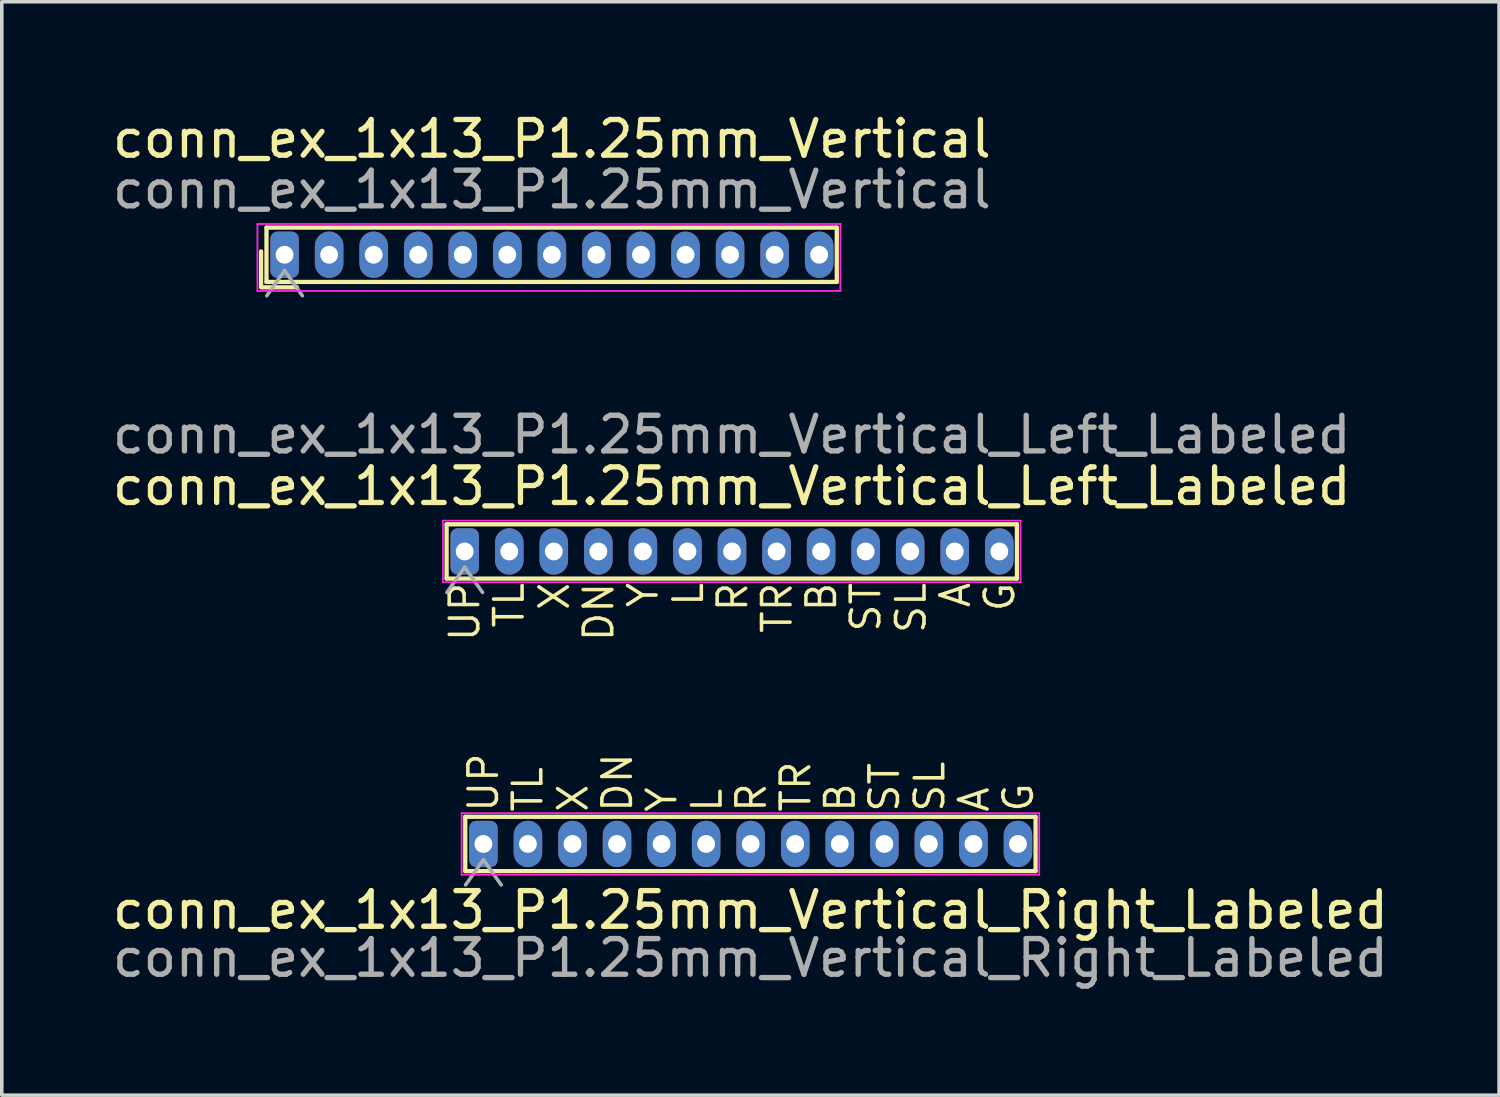
<source format=kicad_pcb>
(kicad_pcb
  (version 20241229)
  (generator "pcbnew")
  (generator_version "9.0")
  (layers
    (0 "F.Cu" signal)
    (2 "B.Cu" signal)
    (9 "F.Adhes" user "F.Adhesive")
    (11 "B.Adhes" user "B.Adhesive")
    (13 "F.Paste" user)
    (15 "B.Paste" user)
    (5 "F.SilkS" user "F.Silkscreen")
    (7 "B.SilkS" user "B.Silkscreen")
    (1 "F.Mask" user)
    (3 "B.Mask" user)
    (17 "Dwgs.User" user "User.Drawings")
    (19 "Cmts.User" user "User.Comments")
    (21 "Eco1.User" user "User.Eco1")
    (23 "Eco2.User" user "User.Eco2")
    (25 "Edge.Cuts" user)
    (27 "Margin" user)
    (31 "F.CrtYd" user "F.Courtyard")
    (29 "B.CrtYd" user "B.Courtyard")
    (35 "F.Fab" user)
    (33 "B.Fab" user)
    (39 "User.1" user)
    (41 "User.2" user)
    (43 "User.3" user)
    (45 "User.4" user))
  (footprint "conn_ex_1x13_P1.25mm_Vertical"
    (layer "F.Cu")
    (at 4.935 4.098)
    (property "Reference" "conn_ex_1x13_P1.25mm_Vertical" (at 7.5 -3.25 0) (layer "F.SilkS") (effects (font (size 1 1) (thickness 0.15))))
    (attr through_hole)
    (fp_line (start -0.66 0.906) (end -0.66 -0.094) (stroke (width 0.12) (type solid)) (layer "F.SilkS"))
    (fp_line (start -0.652 0.914) (end 0.348 0.914) (stroke (width 0.12) (type solid)) (layer "F.SilkS"))
    (fp_line (start -0.508 -0.762) (end 15.494 -0.762) (stroke (width 0.12) (type solid)) (layer "F.SilkS"))
    (fp_line (start -0.508 0.762) (end -0.508 -0.762) (stroke (width 0.12) (type solid)) (layer "F.SilkS"))
    (fp_line (start 15.494 0.762) (end -0.508 0.762) (stroke (width 0.12) (type solid)) (layer "F.SilkS"))
    (fp_line (start 15.494 0.762) (end 15.494 -0.762) (stroke (width 0.12) (type solid)) (layer "F.SilkS"))
    (fp_line (start -0.762 -0.864) (end -0.762 1.016) (stroke (width 0.05) (type solid)) (layer "F.CrtYd"))
    (fp_line (start -0.762 1.016) (end 15.596 1.016) (stroke (width 0.05) (type solid)) (layer "F.CrtYd"))
    (fp_line (start 15.596 -0.864) (end -0.762 -0.864) (stroke (width 0.05) (type solid)) (layer "F.CrtYd"))
    (fp_line (start 15.596 1.016) (end 15.596 -0.864) (stroke (width 0.05) (type solid)) (layer "F.CrtYd"))
    (fp_line (start -0.5 1.15) (end 0 0.443) (stroke (width 0.1) (type solid)) (layer "F.Fab"))
    (fp_line (start 0 0.443) (end 0.5 1.15) (stroke (width 0.1) (type solid)) (layer "F.Fab"))
    (fp_text user "${REFERENCE}" (at 7.5 -1.829 0) (layer "F.Fab") (effects (font (size 1 1) (thickness 0.15))))
    (pad "1" thru_hole roundrect (at 0 0) (size 0.8 1.3) (drill 0.5) (layers "*.Cu" "*.Mask") (roundrect_rratio 0.25))
    (pad "2" thru_hole oval (at 1.25 0) (size 0.8 1.3) (drill 0.5) (layers "*.Cu" "*.Mask"))
    (pad "3" thru_hole oval (at 2.5 0) (size 0.8 1.3) (drill 0.5) (layers "*.Cu" "*.Mask"))
    (pad "4" thru_hole oval (at 3.75 0) (size 0.8 1.3) (drill 0.5) (layers "*.Cu" "*.Mask"))
    (pad "5" thru_hole oval (at 5 0) (size 0.8 1.3) (drill 0.5) (layers "*.Cu" "*.Mask"))
    (pad "6" thru_hole oval (at 6.25 0) (size 0.8 1.3) (drill 0.5) (layers "*.Cu" "*.Mask"))
    (pad "7" thru_hole oval (at 7.5 0) (size 0.8 1.3) (drill 0.5) (layers "*.Cu" "*.Mask"))
    (pad "8" thru_hole oval (at 8.75 0) (size 0.8 1.3) (drill 0.5) (layers "*.Cu" "*.Mask"))
    (pad "9" thru_hole oval (at 10 0) (size 0.8 1.3) (drill 0.5) (layers "*.Cu" "*.Mask"))
    (pad "10" thru_hole oval (at 11.25 0) (size 0.8 1.3) (drill 0.5) (layers "*.Cu" "*.Mask"))
    (pad "11" thru_hole oval (at 12.5 0) (size 0.8 1.3) (drill 0.5) (layers "*.Cu" "*.Mask"))
    (pad "12" thru_hole oval (at 13.75 0) (size 0.8 1.3) (drill 0.5) (layers "*.Cu" "*.Mask"))
    (pad "13" thru_hole oval (at 15 0) (size 0.8 1.3) (drill 0.5) (layers "*.Cu" "*.Mask")))
  (footprint "conn_ex_1x13_P1.25mm_Vertical_Right_Labeled"
    (layer "F.Cu")
    (at 10.513 20.63)
    (property "Reference" "conn_ex_1x13_P1.25mm_Vertical_Right_Labeled" (at 7.493 1.854 0) (layer "F.SilkS") (effects (font (size 1 1) (thickness 0.15))))
    (attr through_hole)
    (fp_line (start -0.508 -0.762) (end 15.494 -0.762) (stroke (width 0.12) (type solid)) (layer "F.SilkS"))
    (fp_line (start -0.508 0.762) (end -0.508 -0.762) (stroke (width 0.12) (type solid)) (layer "F.SilkS"))
    (fp_line (start 15.494 0.762) (end -0.508 0.762) (stroke (width 0.12) (type solid)) (layer "F.SilkS"))
    (fp_line (start 15.494 0.762) (end 15.494 -0.762) (stroke (width 0.12) (type solid)) (layer "F.SilkS"))
    (fp_line (start -0.61 -0.864) (end -0.61 0.864) (stroke (width 0.05) (type solid)) (layer "F.CrtYd"))
    (fp_line (start -0.61 0.864) (end 15.596 0.864) (stroke (width 0.05) (type solid)) (layer "F.CrtYd"))
    (fp_line (start 15.596 -0.864) (end -0.61 -0.864) (stroke (width 0.05) (type solid)) (layer "F.CrtYd"))
    (fp_line (start 15.596 0.864) (end 15.596 -0.864) (stroke (width 0.05) (type solid)) (layer "F.CrtYd"))
    (fp_line (start -0.5 1.15) (end 0 0.443) (stroke (width 0.1) (type solid)) (layer "F.Fab"))
    (fp_line (start 0 0.443) (end 0.5 1.15) (stroke (width 0.1) (type solid)) (layer "F.Fab"))
    (fp_text user "G" (at 15.011 -0.838 90) (unlocked yes) (layer "F.SilkS") (effects (font (size 0.8 0.8) (thickness 0.1)) (justify left)))
    (fp_text user "SL" (at 12.522 -0.838 90) (unlocked yes) (layer "F.SilkS") (effects (font (size 0.8 0.8) (thickness 0.1)) (justify left)))
    (fp_text user "ST" (at 11.252 -0.838 90) (unlocked yes) (layer "F.SilkS") (effects (font (size 0.8 0.8) (thickness 0.1)) (justify left)))
    (fp_text user "TL" (at 1.245 -0.838 90) (unlocked yes) (layer "F.SilkS") (effects (font (size 0.8 0.8) (thickness 0.1)) (justify left)))
    (fp_text user "R" (at 7.518 -0.838 90) (unlocked yes) (layer "F.SilkS") (effects (font (size 0.8 0.8) (thickness 0.1)) (justify left)))
    (fp_text user "L" (at 6.274 -0.838 90) (unlocked yes) (layer "F.SilkS") (effects (font (size 0.8 0.8) (thickness 0.1)) (justify left)))
    (fp_text user "TR" (at 8.763 -0.838 90) (unlocked yes) (layer "F.SilkS") (effects (font (size 0.8 0.8) (thickness 0.1)) (justify left)))
    (fp_text user "A" (at 13.767 -0.838 90) (unlocked yes) (layer "F.SilkS") (effects (font (size 0.8 0.8) (thickness 0.1)) (justify left)))
    (fp_text user "UP" (at 0 -0.838 90) (unlocked yes) (layer "F.SilkS") (effects (font (size 0.8 0.8) (thickness 0.1)) (justify left)))
    (fp_text user "Y" (at 5.004 -0.838 90) (unlocked yes) (layer "F.SilkS") (effects (font (size 0.8 0.8) (thickness 0.1)) (justify left)))
    (fp_text user "B" (at 10.008 -0.838 90) (unlocked yes) (layer "F.SilkS") (effects (font (size 0.8 0.8) (thickness 0.1)) (justify left)))
    (fp_text user "DN" (at 3.759 -0.838 90) (unlocked yes) (layer "F.SilkS") (effects (font (size 0.8 0.8) (thickness 0.1)) (justify left)))
    (fp_text user "X" (at 2.515 -0.838 90) (unlocked yes) (layer "F.SilkS") (effects (font (size 0.8 0.8) (thickness 0.1)) (justify left)))
    (fp_text user "${REFERENCE}" (at 7.493 3.2 0) (layer "F.Fab") (effects (font (size 1 1) (thickness 0.15))))
    (pad "1" thru_hole roundrect (at 0 0) (size 0.8 1.3) (drill 0.5) (layers "*.Cu" "*.Mask") (roundrect_rratio 0.25))
    (pad "2" thru_hole oval (at 1.25 0) (size 0.8 1.3) (drill 0.5) (layers "*.Cu" "*.Mask"))
    (pad "3" thru_hole oval (at 2.5 0) (size 0.8 1.3) (drill 0.5) (layers "*.Cu" "*.Mask"))
    (pad "4" thru_hole oval (at 3.75 0) (size 0.8 1.3) (drill 0.5) (layers "*.Cu" "*.Mask"))
    (pad "5" thru_hole oval (at 5 0) (size 0.8 1.3) (drill 0.5) (layers "*.Cu" "*.Mask"))
    (pad "6" thru_hole oval (at 6.25 0) (size 0.8 1.3) (drill 0.5) (layers "*.Cu" "*.Mask"))
    (pad "7" thru_hole oval (at 7.5 0) (size 0.8 1.3) (drill 0.5) (layers "*.Cu" "*.Mask"))
    (pad "8" thru_hole oval (at 8.75 0) (size 0.8 1.3) (drill 0.5) (layers "*.Cu" "*.Mask"))
    (pad "9" thru_hole oval (at 10 0) (size 0.8 1.3) (drill 0.5) (layers "*.Cu" "*.Mask"))
    (pad "10" thru_hole oval (at 11.25 0) (size 0.8 1.3) (drill 0.5) (layers "*.Cu" "*.Mask"))
    (pad "11" thru_hole oval (at 12.5 0) (size 0.8 1.3) (drill 0.5) (layers "*.Cu" "*.Mask"))
    (pad "12" thru_hole oval (at 13.75 0) (size 0.8 1.3) (drill 0.5) (layers "*.Cu" "*.Mask"))
    (pad "13" thru_hole oval (at 15 0) (size 0.8 1.3) (drill 0.5) (layers "*.Cu" "*.Mask")))
  (footprint "conn_ex_1x13_P1.25mm_Vertical_Left_Labeled"
    (layer "F.Cu")
    (at 9.989 12.423)
    (property "Reference" "conn_ex_1x13_P1.25mm_Vertical_Left_Labeled" (at 7.493 -1.829 0) (layer "F.SilkS") (effects (font (size 1 1) (thickness 0.15))))
    (attr through_hole)
    (fp_line (start -0.508 -0.762) (end 15.494 -0.762) (stroke (width 0.12) (type solid)) (layer "F.SilkS"))
    (fp_line (start -0.508 0.762) (end -0.508 -0.762) (stroke (width 0.12) (type solid)) (layer "F.SilkS"))
    (fp_line (start 15.494 0.762) (end -0.508 0.762) (stroke (width 0.12) (type solid)) (layer "F.SilkS"))
    (fp_line (start 15.494 0.762) (end 15.494 -0.762) (stroke (width 0.12) (type solid)) (layer "F.SilkS"))
    (fp_line (start -0.61 -0.864) (end -0.61 0.864) (stroke (width 0.05) (type solid)) (layer "F.CrtYd"))
    (fp_line (start -0.61 0.864) (end 15.596 0.864) (stroke (width 0.05) (type solid)) (layer "F.CrtYd"))
    (fp_line (start 15.596 -0.864) (end -0.61 -0.864) (stroke (width 0.05) (type solid)) (layer "F.CrtYd"))
    (fp_line (start 15.596 0.864) (end 15.596 -0.864) (stroke (width 0.05) (type solid)) (layer "F.CrtYd"))
    (fp_line (start -0.5 1.15) (end 0 0.443) (stroke (width 0.1) (type solid)) (layer "F.Fab"))
    (fp_line (start 0 0.443) (end 0.5 1.15) (stroke (width 0.1) (type solid)) (layer "F.Fab"))
    (fp_text user "UP" (at 0 0.813 90) (unlocked yes) (layer "F.SilkS") (effects (font (size 0.8 0.8) (thickness 0.1)) (justify right)))
    (fp_text user "TR" (at 8.763 0.813 90) (unlocked yes) (layer "F.SilkS") (effects (font (size 0.8 0.8) (thickness 0.1)) (justify right)))
    (fp_text user "G" (at 15.011 0.813 90) (unlocked yes) (layer "F.SilkS") (effects (font (size 0.8 0.8) (thickness 0.1)) (justify right)))
    (fp_text user "A" (at 13.767 0.813 90) (unlocked yes) (layer "F.SilkS") (effects (font (size 0.8 0.8) (thickness 0.1)) (justify right)))
    (fp_text user "TL" (at 1.245 0.813 90) (unlocked yes) (layer "F.SilkS") (effects (font (size 0.8 0.8) (thickness 0.1)) (justify right)))
    (fp_text user "SL" (at 12.522 0.813 90) (unlocked yes) (layer "F.SilkS") (effects (font (size 0.8 0.8) (thickness 0.1)) (justify right)))
    (fp_text user "DN" (at 3.759 0.813 90) (unlocked yes) (layer "F.SilkS") (effects (font (size 0.8 0.8) (thickness 0.1)) (justify right)))
    (fp_text user "R" (at 7.518 0.813 90) (unlocked yes) (layer "F.SilkS") (effects (font (size 0.8 0.8) (thickness 0.1)) (justify right)))
    (fp_text user "L" (at 6.274 0.813 90) (unlocked yes) (layer "F.SilkS") (effects (font (size 0.8 0.8) (thickness 0.1)) (justify right)))
    (fp_text user "Y" (at 5.004 0.813 90) (unlocked yes) (layer "F.SilkS") (effects (font (size 0.8 0.8) (thickness 0.1)) (justify right)))
    (fp_text user "B" (at 10.008 0.813 90) (unlocked yes) (layer "F.SilkS") (effects (font (size 0.8 0.8) (thickness 0.1)) (justify right)))
    (fp_text user "ST" (at 11.252 0.813 90) (unlocked yes) (layer "F.SilkS") (effects (font (size 0.8 0.8) (thickness 0.1)) (justify right)))
    (fp_text user "X" (at 2.515 0.813 90) (unlocked yes) (layer "F.SilkS") (effects (font (size 0.8 0.8) (thickness 0.1)) (justify right)))
    (fp_text user "${REFERENCE}" (at 7.493 -3.277 0) (layer "F.Fab") (effects (font (size 1 1) (thickness 0.15))))
    (pad "1" thru_hole roundrect (at 0 0) (size 0.8 1.3) (drill 0.5) (layers "*.Cu" "*.Mask") (roundrect_rratio 0.25))
    (pad "2" thru_hole oval (at 1.25 0) (size 0.8 1.3) (drill 0.5) (layers "*.Cu" "*.Mask"))
    (pad "3" thru_hole oval (at 2.5 0) (size 0.8 1.3) (drill 0.5) (layers "*.Cu" "*.Mask"))
    (pad "4" thru_hole oval (at 3.75 0) (size 0.8 1.3) (drill 0.5) (layers "*.Cu" "*.Mask"))
    (pad "5" thru_hole oval (at 5 0) (size 0.8 1.3) (drill 0.5) (layers "*.Cu" "*.Mask"))
    (pad "6" thru_hole oval (at 6.25 0) (size 0.8 1.3) (drill 0.5) (layers "*.Cu" "*.Mask"))
    (pad "7" thru_hole oval (at 7.5 0) (size 0.8 1.3) (drill 0.5) (layers "*.Cu" "*.Mask"))
    (pad "8" thru_hole oval (at 8.75 0) (size 0.8 1.3) (drill 0.5) (layers "*.Cu" "*.Mask"))
    (pad "9" thru_hole oval (at 10 0) (size 0.8 1.3) (drill 0.5) (layers "*.Cu" "*.Mask"))
    (pad "10" thru_hole oval (at 11.25 0) (size 0.8 1.3) (drill 0.5) (layers "*.Cu" "*.Mask"))
    (pad "11" thru_hole oval (at 12.5 0) (size 0.8 1.3) (drill 0.5) (layers "*.Cu" "*.Mask"))
    (pad "12" thru_hole oval (at 13.75 0) (size 0.8 1.3) (drill 0.5) (layers "*.Cu" "*.Mask"))
    (pad "13" thru_hole oval (at 15 0) (size 0.8 1.3) (drill 0.5) (layers "*.Cu" "*.Mask")))
  (gr_rect
    (start -3 -3)
    (end 39.012 27.679)
    (stroke (width 0.1) (type default))
    (fill no)
    (layer "Edge.Cuts")))
</source>
